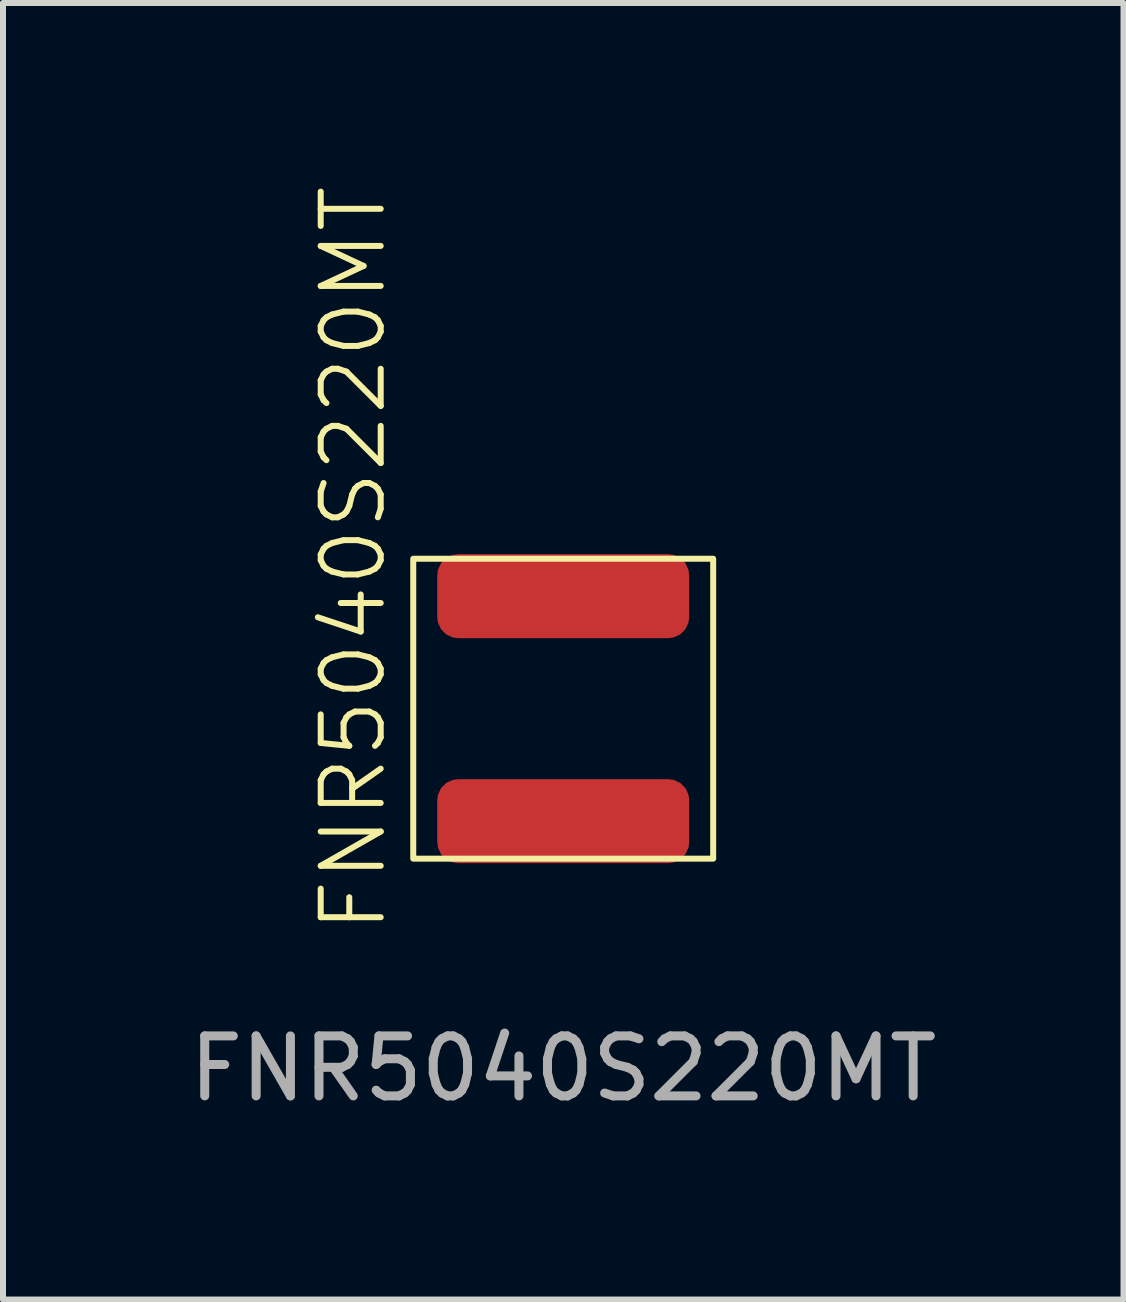
<source format=kicad_pcb>
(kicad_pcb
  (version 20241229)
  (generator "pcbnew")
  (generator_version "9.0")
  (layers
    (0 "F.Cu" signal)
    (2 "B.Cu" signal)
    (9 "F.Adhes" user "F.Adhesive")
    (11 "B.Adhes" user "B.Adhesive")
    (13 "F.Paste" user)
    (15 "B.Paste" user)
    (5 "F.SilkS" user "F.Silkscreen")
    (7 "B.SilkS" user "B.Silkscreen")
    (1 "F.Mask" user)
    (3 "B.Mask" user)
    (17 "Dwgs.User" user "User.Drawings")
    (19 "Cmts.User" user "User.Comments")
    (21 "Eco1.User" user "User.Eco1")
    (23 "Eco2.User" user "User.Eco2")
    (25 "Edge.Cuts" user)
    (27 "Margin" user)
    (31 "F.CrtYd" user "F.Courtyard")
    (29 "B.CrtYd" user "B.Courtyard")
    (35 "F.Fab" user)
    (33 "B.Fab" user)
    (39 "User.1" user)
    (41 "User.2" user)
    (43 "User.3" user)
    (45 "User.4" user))
  (footprint "FNR5040S220MT"
    (layer "F.Cu")
    (at 6.339 8.764)
    (property "Reference" "FNR5040S220MT" (at -3.5 -2.5 90) (unlocked yes) (layer "F.SilkS") (effects (font (size 1 1) (thickness 0.1))))
    (attr smd)
    (fp_rect (start -2.5 -2.5) (end 2.5 2.5) (stroke (width 0.1) (type default)) (fill no) (layer "F.SilkS"))
    (fp_text user "${REFERENCE}" (at 0 6 0) (unlocked yes) (layer "F.Fab") (effects (font (size 1 1) (thickness 0.15))))
    (pad "1" smd roundrect (at 0 1.875) (size 4.2 1.4) (layers "F.Cu" "F.Mask" "F.Paste") (roundrect_rratio 0.25))
    (pad "2" smd roundrect (at 0 -1.875) (size 4.2 1.4) (layers "F.Cu" "F.Mask" "F.Paste") (roundrect_rratio 0.25)))
  (gr_rect
    (start -3 -3)
    (end 15.679 18.613)
    (stroke (width 0.1) (type default))
    (fill no)
    (layer "Edge.Cuts")))
</source>
